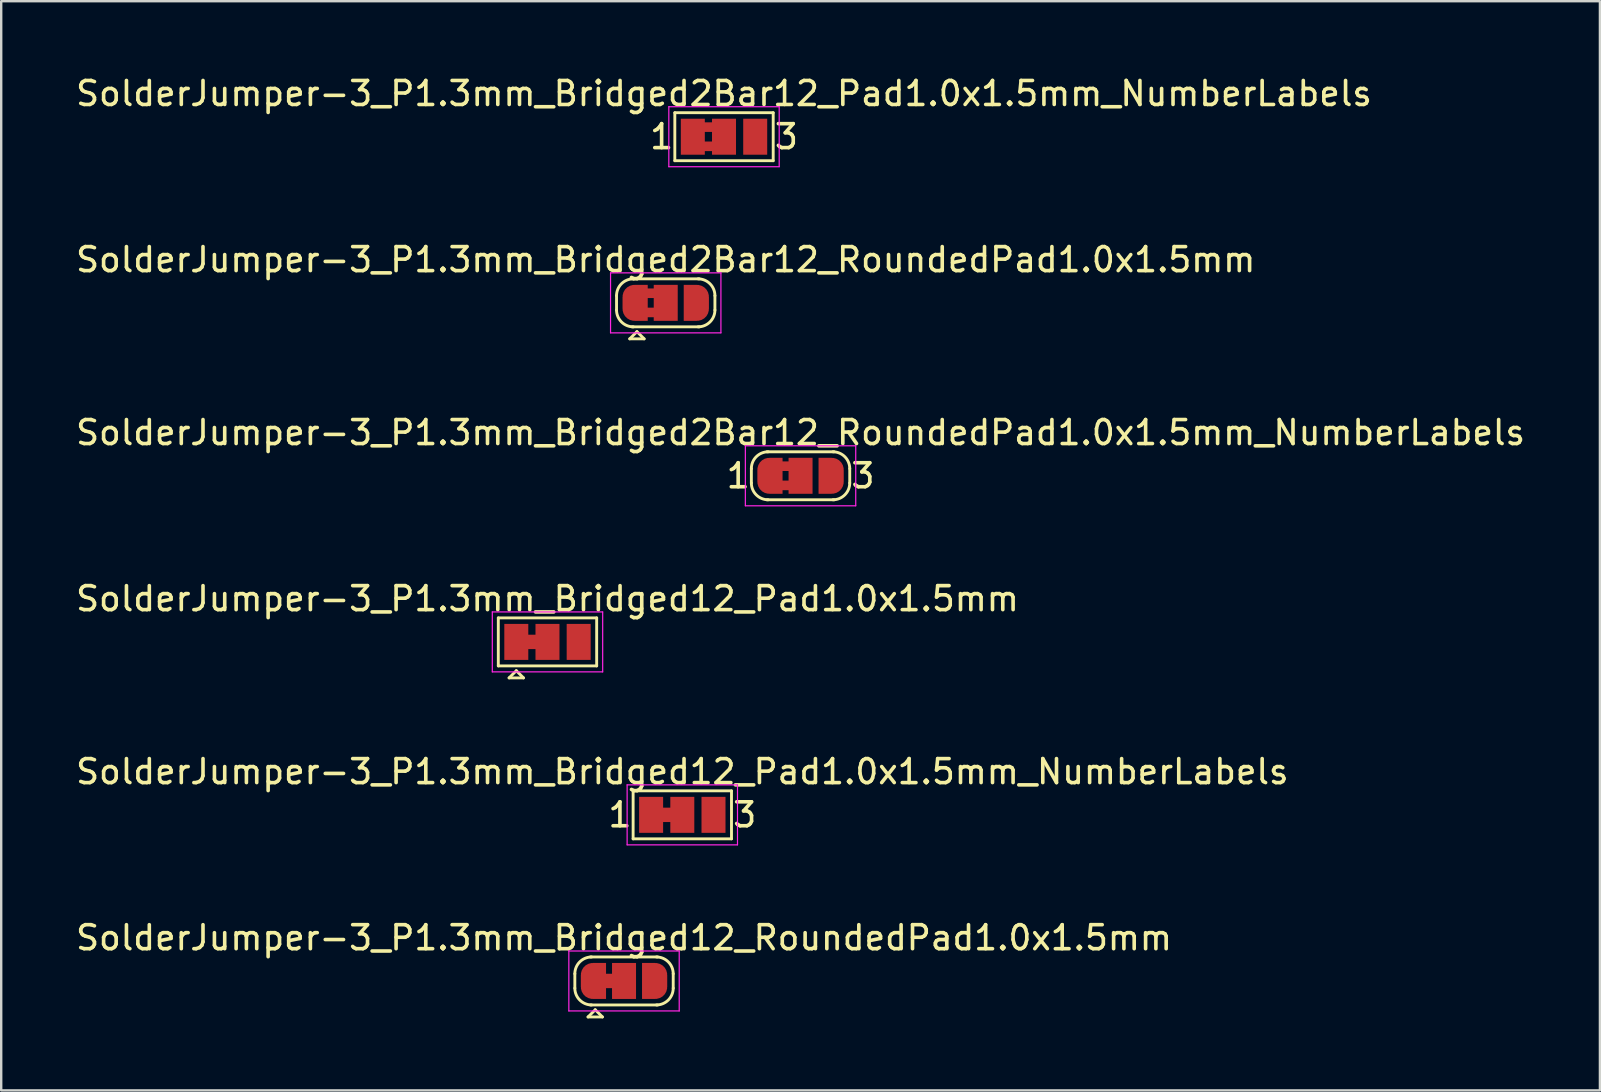
<source format=kicad_pcb>
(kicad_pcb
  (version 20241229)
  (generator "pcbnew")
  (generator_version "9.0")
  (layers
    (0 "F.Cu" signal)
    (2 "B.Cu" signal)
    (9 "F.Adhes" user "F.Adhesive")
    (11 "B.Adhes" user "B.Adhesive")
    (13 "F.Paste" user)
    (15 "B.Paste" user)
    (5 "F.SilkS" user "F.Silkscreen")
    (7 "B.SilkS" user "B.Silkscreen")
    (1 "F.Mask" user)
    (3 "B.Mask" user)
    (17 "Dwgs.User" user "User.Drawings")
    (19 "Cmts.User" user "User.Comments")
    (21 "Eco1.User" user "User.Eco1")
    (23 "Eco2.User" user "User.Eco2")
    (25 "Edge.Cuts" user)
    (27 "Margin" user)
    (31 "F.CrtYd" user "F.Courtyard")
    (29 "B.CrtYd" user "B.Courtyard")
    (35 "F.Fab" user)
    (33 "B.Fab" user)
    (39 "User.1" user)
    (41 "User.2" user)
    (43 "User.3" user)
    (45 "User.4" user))
  (footprint "SolderJumper-3_P1.3mm_Bridged12_RoundedPad1.0x1.5mm"
    (layer "F.Cu")
    (at 22.958 37.834)
    (property "Reference" "SolderJumper-3_P1.3mm_Bridged12_RoundedPad1.0x1.5mm" (at 0 -1.8 0) (layer "F.SilkS") (effects (font (size 1 1) (thickness 0.15))))
    (attr exclude_from_pos_files exclude_from_bom)
    (fp_poly (pts (xy -0.9 -0.3) (xy -0.4 -0.3) (xy -0.4 0.3) (xy -0.9 0.3)) (stroke (width 0) (type solid)) (fill yes) (layer "F.Cu"))
    (fp_line (start -2.05 0.3) (end -2.05 -0.3) (stroke (width 0.12) (type solid)) (layer "F.SilkS"))
    (fp_line (start -1.5 1.5) (end -0.9 1.5) (stroke (width 0.12) (type solid)) (layer "F.SilkS"))
    (fp_line (start -1.4 -1) (end 1.4 -1) (stroke (width 0.12) (type solid)) (layer "F.SilkS"))
    (fp_line (start -1.2 1.2) (end -1.5 1.5) (stroke (width 0.12) (type solid)) (layer "F.SilkS"))
    (fp_line (start -1.2 1.2) (end -0.9 1.5) (stroke (width 0.12) (type solid)) (layer "F.SilkS"))
    (fp_line (start 1.4 1) (end -1.4 1) (stroke (width 0.12) (type solid)) (layer "F.SilkS"))
    (fp_line (start 2.05 -0.3) (end 2.05 0.3) (stroke (width 0.12) (type solid)) (layer "F.SilkS"))
    (fp_arc (start -2.05 -0.3) (mid -1.844975 -0.794975) (end -1.35 -1) (stroke (width 0.12) (type solid)) (layer "F.SilkS"))
    (fp_arc (start -1.35 1) (mid -1.844975 0.794975) (end -2.05 0.3) (stroke (width 0.12) (type solid)) (layer "F.SilkS"))
    (fp_arc (start 1.35 -1) (mid 1.844975 -0.794975) (end 2.05 -0.3) (stroke (width 0.12) (type solid)) (layer "F.SilkS"))
    (fp_arc (start 2.05 0.3) (mid 1.844975 0.794975) (end 1.35 1) (stroke (width 0.12) (type solid)) (layer "F.SilkS"))
    (fp_line (start -2.3 -1.25) (end -2.3 1.25) (stroke (width 0.05) (type solid)) (layer "F.CrtYd"))
    (fp_line (start -2.3 -1.25) (end 2.3 -1.25) (stroke (width 0.05) (type solid)) (layer "F.CrtYd"))
    (fp_line (start 2.3 1.25) (end -2.3 1.25) (stroke (width 0.05) (type solid)) (layer "F.CrtYd"))
    (fp_line (start 2.3 1.25) (end 2.3 -1.25) (stroke (width 0.05) (type solid)) (layer "F.CrtYd"))
    (pad "1" smd custom (at -1.3 0) (size 1 0.5) (layers "F.Cu" "F.Mask") (options (anchor rect)) (primitives (gr_circle (center 0 0.25) (end 0.5 0.25) (width 0) (fill yes)) (gr_circle (center 0 -0.25) (end 0.5 -0.25) (width 0) (fill yes)) (gr_poly (pts (xy 0.55 -0.75) (xy 0 -0.75) (xy 0 0.75) (xy 0.55 0.75)) (width 0) (fill yes))))
    (pad "2" smd rect (at 0 0) (size 1 1.5) (layers "F.Cu" "F.Mask"))
    (pad "3" smd custom (at 1.3 0) (size 1 0.5) (layers "F.Cu" "F.Mask") (options (anchor rect)) (primitives (gr_circle (center 0 0.25) (end 0.5 0.25) (width 0) (fill yes)) (gr_circle (center 0 -0.25) (end 0.5 -0.25) (width 0) (fill yes)) (gr_poly (pts (xy -0.55 -0.75) (xy 0 -0.75) (xy 0 0.75) (xy -0.55 0.75)) (width 0) (fill yes)))))
  (footprint "SolderJumper-3_P1.3mm_Bridged2Bar12_Pad1.0x1.5mm_NumberLabels"
    (layer "F.Cu")
    (at 27.125 2.648)
    (property "Reference" "SolderJumper-3_P1.3mm_Bridged2Bar12_Pad1.0x1.5mm_NumberLabels" (at 0 -1.8 0) (layer "F.SilkS") (effects (font (size 1 1) (thickness 0.15))))
    (attr exclude_from_pos_files exclude_from_bom)
    (fp_poly (pts (xy -0.9 -0.6) (xy -0.4 -0.6) (xy -0.4 -0.2) (xy -0.9 -0.2)) (stroke (width 0) (type solid)) (fill yes) (layer "F.Cu"))
    (fp_poly (pts (xy -0.9 0.2) (xy -0.4 0.2) (xy -0.4 0.6) (xy -0.9 0.6)) (stroke (width 0) (type solid)) (fill yes) (layer "F.Cu"))
    (fp_line (start -2.05 -1) (end 2.05 -1) (stroke (width 0.12) (type solid)) (layer "F.SilkS"))
    (fp_line (start -2.05 1) (end -2.05 -1) (stroke (width 0.12) (type solid)) (layer "F.SilkS"))
    (fp_line (start 2.05 -1) (end 2.05 1) (stroke (width 0.12) (type solid)) (layer "F.SilkS"))
    (fp_line (start 2.05 1) (end -2.05 1) (stroke (width 0.12) (type solid)) (layer "F.SilkS"))
    (fp_line (start -2.3 -1.25) (end -2.3 1.25) (stroke (width 0.05) (type solid)) (layer "F.CrtYd"))
    (fp_line (start -2.3 -1.25) (end 2.3 -1.25) (stroke (width 0.05) (type solid)) (layer "F.CrtYd"))
    (fp_line (start 2.3 1.25) (end -2.3 1.25) (stroke (width 0.05) (type solid)) (layer "F.CrtYd"))
    (fp_line (start 2.3 1.25) (end 2.3 -1.25) (stroke (width 0.05) (type solid)) (layer "F.CrtYd"))
    (fp_text user "1" (at -2.6 0 0) (layer "F.SilkS") (effects (font (size 1 1) (thickness 0.15))))
    (fp_text user "3" (at 2.6 0 0) (layer "F.SilkS") (effects (font (size 1 1) (thickness 0.15))))
    (pad "1" smd rect (at -1.3 0) (size 1 1.5) (layers "F.Cu" "F.Mask"))
    (pad "2" smd rect (at 0 0) (size 1 1.5) (layers "F.Cu" "F.Mask"))
    (pad "3" smd rect (at 1.3 0) (size 1 1.5) (layers "F.Cu" "F.Mask")))
  (footprint "SolderJumper-3_P1.3mm_Bridged12_Pad1.0x1.5mm"
    (layer "F.Cu")
    (at 19.768 23.703)
    (property "Reference" "SolderJumper-3_P1.3mm_Bridged12_Pad1.0x1.5mm" (at 0 -1.8 0) (layer "F.SilkS") (effects (font (size 1 1) (thickness 0.15))))
    (attr exclude_from_pos_files exclude_from_bom)
    (fp_poly (pts (xy -0.9 -0.3) (xy -0.4 -0.3) (xy -0.4 0.3) (xy -0.9 0.3)) (stroke (width 0) (type solid)) (fill yes) (layer "F.Cu"))
    (fp_line (start -2.05 -1) (end 2.05 -1) (stroke (width 0.12) (type solid)) (layer "F.SilkS"))
    (fp_line (start -2.05 1) (end -2.05 -1) (stroke (width 0.12) (type solid)) (layer "F.SilkS"))
    (fp_line (start -1.6 1.5) (end -1 1.5) (stroke (width 0.12) (type solid)) (layer "F.SilkS"))
    (fp_line (start -1.3 1.2) (end -1.6 1.5) (stroke (width 0.12) (type solid)) (layer "F.SilkS"))
    (fp_line (start -1.3 1.2) (end -1 1.5) (stroke (width 0.12) (type solid)) (layer "F.SilkS"))
    (fp_line (start 2.05 -1) (end 2.05 1) (stroke (width 0.12) (type solid)) (layer "F.SilkS"))
    (fp_line (start 2.05 1) (end -2.05 1) (stroke (width 0.12) (type solid)) (layer "F.SilkS"))
    (fp_line (start -2.3 -1.25) (end -2.3 1.25) (stroke (width 0.05) (type solid)) (layer "F.CrtYd"))
    (fp_line (start -2.3 -1.25) (end 2.3 -1.25) (stroke (width 0.05) (type solid)) (layer "F.CrtYd"))
    (fp_line (start 2.3 1.25) (end -2.3 1.25) (stroke (width 0.05) (type solid)) (layer "F.CrtYd"))
    (fp_line (start 2.3 1.25) (end 2.3 -1.25) (stroke (width 0.05) (type solid)) (layer "F.CrtYd"))
    (pad "1" smd rect (at -1.3 0) (size 1 1.5) (layers "F.Cu" "F.Mask"))
    (pad "2" smd rect (at 0 0) (size 1 1.5) (layers "F.Cu" "F.Mask"))
    (pad "3" smd rect (at 1.3 0) (size 1 1.5) (layers "F.Cu" "F.Mask")))
  (footprint "SolderJumper-3_P1.3mm_Bridged12_Pad1.0x1.5mm_NumberLabels"
    (layer "F.Cu")
    (at 25.387 30.911)
    (property "Reference" "SolderJumper-3_P1.3mm_Bridged12_Pad1.0x1.5mm_NumberLabels" (at 0 -1.8 0) (layer "F.SilkS") (effects (font (size 1 1) (thickness 0.15))))
    (attr exclude_from_pos_files exclude_from_bom)
    (fp_poly (pts (xy -0.9 -0.3) (xy -0.4 -0.3) (xy -0.4 0.3) (xy -0.9 0.3)) (stroke (width 0) (type solid)) (fill yes) (layer "F.Cu"))
    (fp_line (start -2.05 -1) (end 2.05 -1) (stroke (width 0.12) (type solid)) (layer "F.SilkS"))
    (fp_line (start -2.05 1) (end -2.05 -1) (stroke (width 0.12) (type solid)) (layer "F.SilkS"))
    (fp_line (start 2.05 -1) (end 2.05 1) (stroke (width 0.12) (type solid)) (layer "F.SilkS"))
    (fp_line (start 2.05 1) (end -2.05 1) (stroke (width 0.12) (type solid)) (layer "F.SilkS"))
    (fp_line (start -2.3 -1.25) (end -2.3 1.25) (stroke (width 0.05) (type solid)) (layer "F.CrtYd"))
    (fp_line (start -2.3 -1.25) (end 2.3 -1.25) (stroke (width 0.05) (type solid)) (layer "F.CrtYd"))
    (fp_line (start 2.3 1.25) (end -2.3 1.25) (stroke (width 0.05) (type solid)) (layer "F.CrtYd"))
    (fp_line (start 2.3 1.25) (end 2.3 -1.25) (stroke (width 0.05) (type solid)) (layer "F.CrtYd"))
    (fp_text user "3" (at 2.6 0 0) (layer "F.SilkS") (effects (font (size 1 1) (thickness 0.15))))
    (fp_text user "1" (at -2.6 0 0) (layer "F.SilkS") (effects (font (size 1 1) (thickness 0.15))))
    (pad "1" smd rect (at -1.3 0) (size 1 1.5) (layers "F.Cu" "F.Mask"))
    (pad "2" smd rect (at 0 0) (size 1 1.5) (layers "F.Cu" "F.Mask"))
    (pad "3" smd rect (at 1.3 0) (size 1 1.5) (layers "F.Cu" "F.Mask")))
  (footprint "SolderJumper-3_P1.3mm_Bridged2Bar12_RoundedPad1.0x1.5mm_NumberLabels"
    (layer "F.Cu")
    (at 30.315 16.78)
    (property "Reference" "SolderJumper-3_P1.3mm_Bridged2Bar12_RoundedPad1.0x1.5mm_NumberLabels" (at 0 -1.8 0) (layer "F.SilkS") (effects (font (size 1 1) (thickness 0.15))))
    (attr exclude_from_pos_files exclude_from_bom)
    (fp_poly (pts (xy -0.9 -0.6) (xy -0.4 -0.6) (xy -0.4 -0.2) (xy -0.9 -0.2)) (stroke (width 0) (type solid)) (fill yes) (layer "F.Cu"))
    (fp_poly (pts (xy -0.9 0.2) (xy -0.4 0.2) (xy -0.4 0.6) (xy -0.9 0.6)) (stroke (width 0) (type solid)) (fill yes) (layer "F.Cu"))
    (fp_line (start -2.05 0.3) (end -2.05 -0.3) (stroke (width 0.12) (type solid)) (layer "F.SilkS"))
    (fp_line (start -1.4 -1) (end 1.4 -1) (stroke (width 0.12) (type solid)) (layer "F.SilkS"))
    (fp_line (start 1.4 1) (end -1.4 1) (stroke (width 0.12) (type solid)) (layer "F.SilkS"))
    (fp_line (start 2.05 -0.3) (end 2.05 0.3) (stroke (width 0.12) (type solid)) (layer "F.SilkS"))
    (fp_arc (start -2.05 -0.3) (mid -1.844975 -0.794975) (end -1.35 -1) (stroke (width 0.12) (type solid)) (layer "F.SilkS"))
    (fp_arc (start -1.35 1) (mid -1.844975 0.794975) (end -2.05 0.3) (stroke (width 0.12) (type solid)) (layer "F.SilkS"))
    (fp_arc (start 1.35 -1) (mid 1.844975 -0.794975) (end 2.05 -0.3) (stroke (width 0.12) (type solid)) (layer "F.SilkS"))
    (fp_arc (start 2.05 0.3) (mid 1.844975 0.794975) (end 1.35 1) (stroke (width 0.12) (type solid)) (layer "F.SilkS"))
    (fp_line (start -2.3 -1.25) (end -2.3 1.25) (stroke (width 0.05) (type solid)) (layer "F.CrtYd"))
    (fp_line (start -2.3 -1.25) (end 2.3 -1.25) (stroke (width 0.05) (type solid)) (layer "F.CrtYd"))
    (fp_line (start 2.3 1.25) (end -2.3 1.25) (stroke (width 0.05) (type solid)) (layer "F.CrtYd"))
    (fp_line (start 2.3 1.25) (end 2.3 -1.25) (stroke (width 0.05) (type solid)) (layer "F.CrtYd"))
    (fp_text user "1" (at -2.6 0 0) (layer "F.SilkS") (effects (font (size 1 1) (thickness 0.15))))
    (fp_text user "3" (at 2.6 0 0) (layer "F.SilkS") (effects (font (size 1 1) (thickness 0.15))))
    (pad "1" smd custom (at -1.3 0) (size 1 0.5) (layers "F.Cu" "F.Mask") (options (anchor rect)) (primitives (gr_circle (center 0 0.25) (end 0.5 0.25) (width 0) (fill yes)) (gr_circle (center 0 -0.25) (end 0.5 -0.25) (width 0) (fill yes)) (gr_poly (pts (xy 0.55 -0.75) (xy 0 -0.75) (xy 0 0.75) (xy 0.55 0.75)) (width 0) (fill yes))))
    (pad "2" smd rect (at 0 0) (size 1 1.5) (layers "F.Cu" "F.Mask"))
    (pad "3" smd custom (at 1.3 0) (size 1 0.5) (layers "F.Cu" "F.Mask") (options (anchor rect)) (primitives (gr_circle (center 0 0.25) (end 0.5 0.25) (width 0) (fill yes)) (gr_circle (center 0 -0.25) (end 0.5 -0.25) (width 0) (fill yes)) (gr_poly (pts (xy -0.55 -0.75) (xy 0 -0.75) (xy 0 0.75) (xy -0.55 0.75)) (width 0) (fill yes)))))
  (footprint "SolderJumper-3_P1.3mm_Bridged2Bar12_RoundedPad1.0x1.5mm"
    (layer "F.Cu")
    (at 24.696 9.572)
    (property "Reference" "SolderJumper-3_P1.3mm_Bridged2Bar12_RoundedPad1.0x1.5mm" (at 0 -1.8 0) (layer "F.SilkS") (effects (font (size 1 1) (thickness 0.15))))
    (attr exclude_from_pos_files exclude_from_bom)
    (fp_poly (pts (xy -0.9 -0.6) (xy -0.4 -0.6) (xy -0.4 -0.2) (xy -0.9 -0.2)) (stroke (width 0) (type solid)) (fill yes) (layer "F.Cu"))
    (fp_poly (pts (xy -0.9 0.2) (xy -0.4 0.2) (xy -0.4 0.6) (xy -0.9 0.6)) (stroke (width 0) (type solid)) (fill yes) (layer "F.Cu"))
    (fp_line (start -2.05 0.3) (end -2.05 -0.3) (stroke (width 0.12) (type solid)) (layer "F.SilkS"))
    (fp_line (start -1.5 1.5) (end -0.9 1.5) (stroke (width 0.12) (type solid)) (layer "F.SilkS"))
    (fp_line (start -1.4 -1) (end 1.4 -1) (stroke (width 0.12) (type solid)) (layer "F.SilkS"))
    (fp_line (start -1.2 1.2) (end -1.5 1.5) (stroke (width 0.12) (type solid)) (layer "F.SilkS"))
    (fp_line (start -1.2 1.2) (end -0.9 1.5) (stroke (width 0.12) (type solid)) (layer "F.SilkS"))
    (fp_line (start 1.4 1) (end -1.4 1) (stroke (width 0.12) (type solid)) (layer "F.SilkS"))
    (fp_line (start 2.05 -0.3) (end 2.05 0.3) (stroke (width 0.12) (type solid)) (layer "F.SilkS"))
    (fp_arc (start -2.05 -0.3) (mid -1.844975 -0.794975) (end -1.35 -1) (stroke (width 0.12) (type solid)) (layer "F.SilkS"))
    (fp_arc (start -1.35 1) (mid -1.844975 0.794975) (end -2.05 0.3) (stroke (width 0.12) (type solid)) (layer "F.SilkS"))
    (fp_arc (start 1.35 -1) (mid 1.844975 -0.794975) (end 2.05 -0.3) (stroke (width 0.12) (type solid)) (layer "F.SilkS"))
    (fp_arc (start 2.05 0.3) (mid 1.844975 0.794975) (end 1.35 1) (stroke (width 0.12) (type solid)) (layer "F.SilkS"))
    (fp_line (start -2.3 -1.25) (end -2.3 1.25) (stroke (width 0.05) (type solid)) (layer "F.CrtYd"))
    (fp_line (start -2.3 -1.25) (end 2.3 -1.25) (stroke (width 0.05) (type solid)) (layer "F.CrtYd"))
    (fp_line (start 2.3 1.25) (end -2.3 1.25) (stroke (width 0.05) (type solid)) (layer "F.CrtYd"))
    (fp_line (start 2.3 1.25) (end 2.3 -1.25) (stroke (width 0.05) (type solid)) (layer "F.CrtYd"))
    (pad "1" smd custom (at -1.3 0) (size 1 0.5) (layers "F.Cu" "F.Mask") (options (anchor rect)) (primitives (gr_circle (center 0 0.25) (end 0.5 0.25) (width 0) (fill yes)) (gr_circle (center 0 -0.25) (end 0.5 -0.25) (width 0) (fill yes)) (gr_poly (pts (xy 0.55 -0.75) (xy 0 -0.75) (xy 0 0.75) (xy 0.55 0.75)) (width 0) (fill yes))))
    (pad "2" smd rect (at 0 0) (size 1 1.5) (layers "F.Cu" "F.Mask"))
    (pad "3" smd custom (at 1.3 0) (size 1 0.5) (layers "F.Cu" "F.Mask") (options (anchor rect)) (primitives (gr_circle (center 0 0.25) (end 0.5 0.25) (width 0) (fill yes)) (gr_circle (center 0 -0.25) (end 0.5 -0.25) (width 0) (fill yes)) (gr_poly (pts (xy -0.55 -0.75) (xy 0 -0.75) (xy 0 0.75) (xy -0.55 0.75)) (width 0) (fill yes)))))
  (gr_rect
    (start -3 -3)
    (end 63.631 42.395)
    (stroke (width 0.1) (type default))
    (fill no)
    (layer "Edge.Cuts")))
</source>
